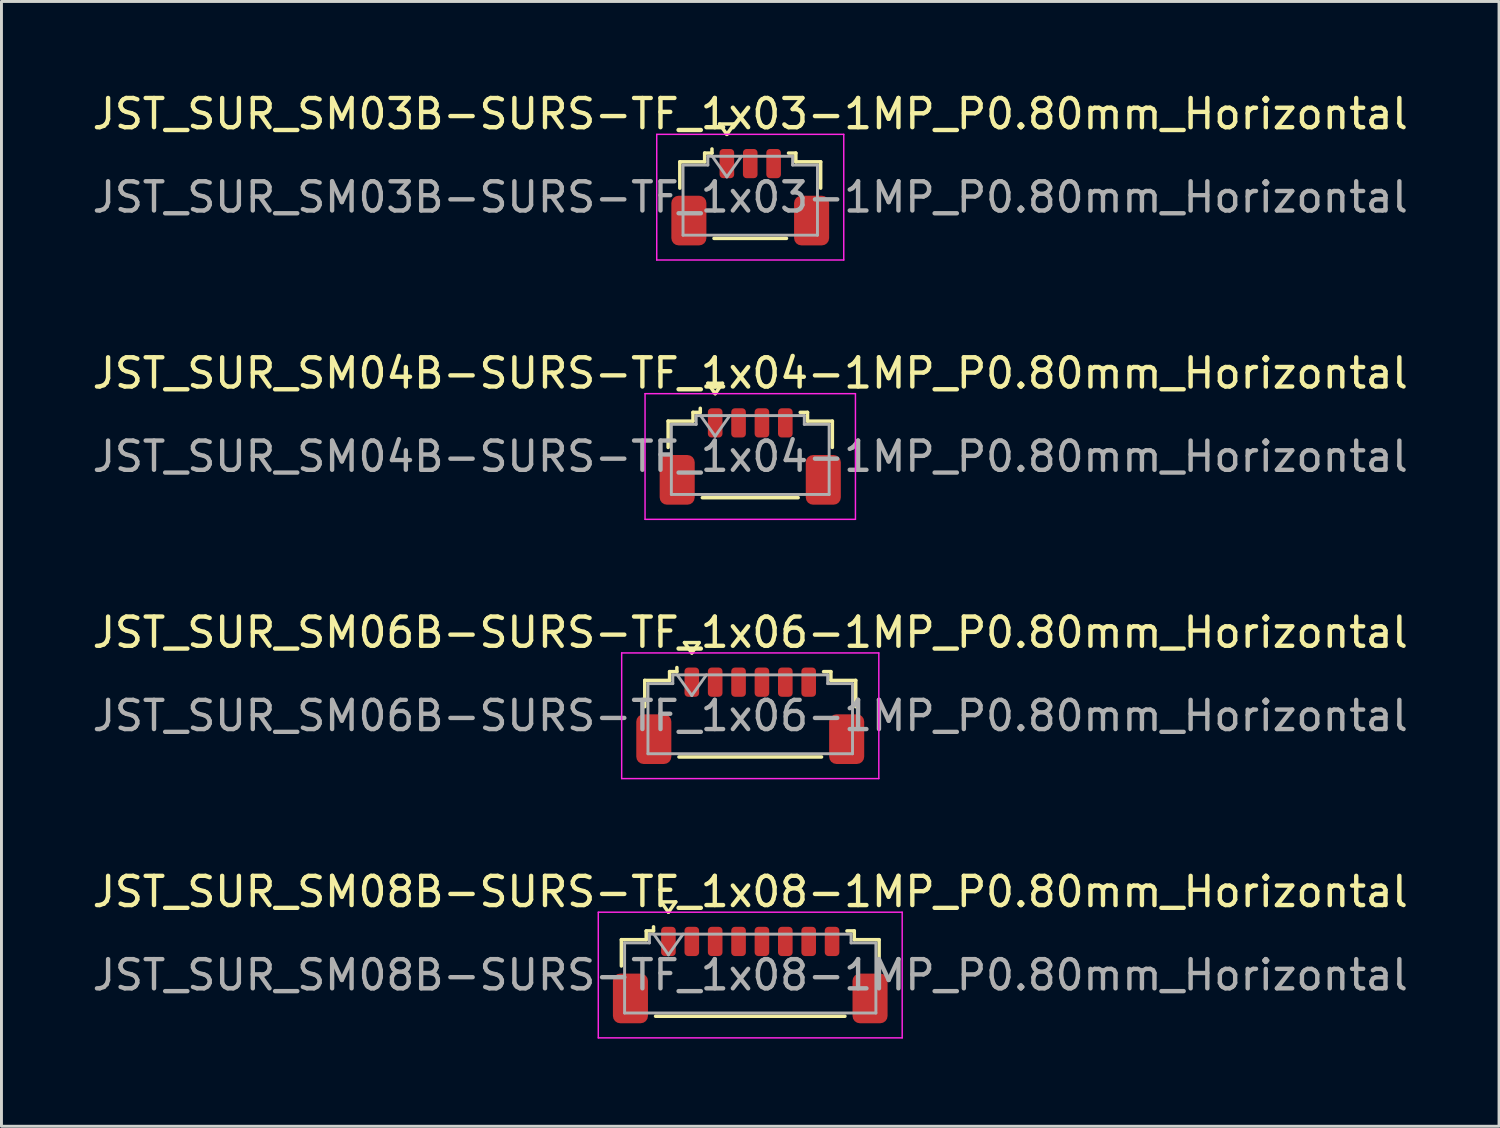
<source format=kicad_pcb>
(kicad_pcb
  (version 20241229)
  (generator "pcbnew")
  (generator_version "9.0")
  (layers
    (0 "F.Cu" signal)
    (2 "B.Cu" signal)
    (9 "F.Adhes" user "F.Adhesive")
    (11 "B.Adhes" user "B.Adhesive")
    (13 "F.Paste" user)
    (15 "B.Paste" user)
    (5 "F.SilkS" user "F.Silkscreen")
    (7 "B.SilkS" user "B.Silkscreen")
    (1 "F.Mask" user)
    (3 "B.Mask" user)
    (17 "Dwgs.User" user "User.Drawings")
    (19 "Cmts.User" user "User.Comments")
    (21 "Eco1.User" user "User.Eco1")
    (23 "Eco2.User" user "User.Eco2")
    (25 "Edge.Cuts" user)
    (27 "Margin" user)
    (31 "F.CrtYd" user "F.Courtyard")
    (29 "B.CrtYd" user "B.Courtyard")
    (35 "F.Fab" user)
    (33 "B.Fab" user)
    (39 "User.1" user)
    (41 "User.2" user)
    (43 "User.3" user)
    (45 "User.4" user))
  (footprint "JST_SUR_SM08B-SURS-TF_1x08-1MP_P0.80mm_Horizontal"
    (layer "F.Cu")
    (at 22.625 30.318)
    (property "Reference" "JST_SUR_SM08B-SURS-TF_1x08-1MP_P0.80mm_Horizontal" (at 0 -2.85 0) (layer "F.SilkS") (effects (font (size 1 1) (thickness 0.15))))
    (attr smd)
    (fp_line (start -4.41 -1.21) (end -3.56 -1.21) (stroke (width 0.12) (type solid)) (layer "F.SilkS"))
    (fp_line (start -4.41 -0.31) (end -4.41 -1.21) (stroke (width 0.12) (type solid)) (layer "F.SilkS"))
    (fp_line (start -3.56 -1.51) (end -3.31 -1.51) (stroke (width 0.12) (type solid)) (layer "F.SilkS"))
    (fp_line (start -3.56 -1.21) (end -3.56 -1.51) (stroke (width 0.12) (type solid)) (layer "F.SilkS"))
    (fp_line (start -3.31 -1.51) (end -3.31 -1.65) (stroke (width 0.12) (type solid)) (layer "F.SilkS"))
    (fp_line (start -3.24 1.41) (end 3.24 1.41) (stroke (width 0.12) (type solid)) (layer "F.SilkS"))
    (fp_line (start -3.05 -2.504) (end -2.8 -2.15) (stroke (width 0.12) (type solid)) (layer "F.SilkS"))
    (fp_line (start -2.8 -2.15) (end -2.55 -2.504) (stroke (width 0.12) (type solid)) (layer "F.SilkS"))
    (fp_line (start -2.55 -2.504) (end -3.05 -2.504) (stroke (width 0.12) (type solid)) (layer "F.SilkS"))
    (fp_line (start 3.56 -1.51) (end 3.31 -1.51) (stroke (width 0.12) (type solid)) (layer "F.SilkS"))
    (fp_line (start 3.56 -1.21) (end 3.56 -1.51) (stroke (width 0.12) (type solid)) (layer "F.SilkS"))
    (fp_line (start 4.41 -1.21) (end 3.56 -1.21) (stroke (width 0.12) (type solid)) (layer "F.SilkS"))
    (fp_line (start 4.41 -0.31) (end 4.41 -1.21) (stroke (width 0.12) (type solid)) (layer "F.SilkS"))
    (fp_line (start -5.2 -2.15) (end -5.2 2.15) (stroke (width 0.05) (type solid)) (layer "F.CrtYd"))
    (fp_line (start -5.2 2.15) (end 5.2 2.15) (stroke (width 0.05) (type solid)) (layer "F.CrtYd"))
    (fp_line (start 5.2 -2.15) (end -5.2 -2.15) (stroke (width 0.05) (type solid)) (layer "F.CrtYd"))
    (fp_line (start 5.2 2.15) (end 5.2 -2.15) (stroke (width 0.05) (type solid)) (layer "F.CrtYd"))
    (fp_line (start -4.3 -1.1) (end -4.3 1.3) (stroke (width 0.1) (type solid)) (layer "F.Fab"))
    (fp_line (start -4.3 -1.1) (end -3.45 -1.1) (stroke (width 0.1) (type solid)) (layer "F.Fab"))
    (fp_line (start -4.3 1.3) (end 4.3 1.3) (stroke (width 0.1) (type solid)) (layer "F.Fab"))
    (fp_line (start -3.45 -1.4) (end 3.45 -1.4) (stroke (width 0.1) (type solid)) (layer "F.Fab"))
    (fp_line (start -3.45 -1.1) (end -3.45 -1.4) (stroke (width 0.1) (type solid)) (layer "F.Fab"))
    (fp_line (start -3.3 -1.4) (end -2.8 -0.693) (stroke (width 0.1) (type solid)) (layer "F.Fab"))
    (fp_line (start -2.8 -0.693) (end -2.3 -1.4) (stroke (width 0.1) (type solid)) (layer "F.Fab"))
    (fp_line (start 3.45 -1.4) (end 3.45 -1.1) (stroke (width 0.1) (type solid)) (layer "F.Fab"))
    (fp_line (start 3.45 -1.1) (end 4.3 -1.1) (stroke (width 0.1) (type solid)) (layer "F.Fab"))
    (fp_line (start 4.3 -1.1) (end 4.3 1.3) (stroke (width 0.1) (type solid)) (layer "F.Fab"))
    (fp_text user "${REFERENCE}" (at 0 0 0) (layer "F.Fab") (effects (font (size 1 1) (thickness 0.15))))
    (pad "1" smd roundrect (at -2.8 -1.15) (size 0.5 1) (layers "F.Cu" "F.Mask" "F.Paste") (roundrect_rratio 0.25))
    (pad "2" smd roundrect (at -2 -1.15) (size 0.5 1) (layers "F.Cu" "F.Mask" "F.Paste") (roundrect_rratio 0.25))
    (pad "3" smd roundrect (at -1.2 -1.15) (size 0.5 1) (layers "F.Cu" "F.Mask" "F.Paste") (roundrect_rratio 0.25))
    (pad "4" smd roundrect (at -0.4 -1.15) (size 0.5 1) (layers "F.Cu" "F.Mask" "F.Paste") (roundrect_rratio 0.25))
    (pad "5" smd roundrect (at 0.4 -1.15) (size 0.5 1) (layers "F.Cu" "F.Mask" "F.Paste") (roundrect_rratio 0.25))
    (pad "6" smd roundrect (at 1.2 -1.15) (size 0.5 1) (layers "F.Cu" "F.Mask" "F.Paste") (roundrect_rratio 0.25))
    (pad "7" smd roundrect (at 2 -1.15) (size 0.5 1) (layers "F.Cu" "F.Mask" "F.Paste") (roundrect_rratio 0.25))
    (pad "8" smd roundrect (at 2.8 -1.15) (size 0.5 1) (layers "F.Cu" "F.Mask" "F.Paste") (roundrect_rratio 0.25))
    (pad "MP" smd roundrect (at -4.1 0.8) (size 1.2 1.7) (layers "F.Cu" "F.Mask" "F.Paste") (roundrect_rratio 0.208))
    (pad "MP" smd roundrect (at 4.1 0.8) (size 1.2 1.7) (layers "F.Cu" "F.Mask" "F.Paste") (roundrect_rratio 0.208)))
  (footprint "JST_SUR_SM03B-SURS-TF_1x03-1MP_P0.80mm_Horizontal"
    (layer "F.Cu")
    (at 22.625 3.698)
    (property "Reference" "JST_SUR_SM03B-SURS-TF_1x03-1MP_P0.80mm_Horizontal" (at 0 -2.85 0) (layer "F.SilkS") (effects (font (size 1 1) (thickness 0.15))))
    (attr smd)
    (fp_line (start -2.41 -1.21) (end -1.56 -1.21) (stroke (width 0.12) (type solid)) (layer "F.SilkS"))
    (fp_line (start -2.41 -0.31) (end -2.41 -1.21) (stroke (width 0.12) (type solid)) (layer "F.SilkS"))
    (fp_line (start -1.56 -1.51) (end -1.31 -1.51) (stroke (width 0.12) (type solid)) (layer "F.SilkS"))
    (fp_line (start -1.56 -1.21) (end -1.56 -1.51) (stroke (width 0.12) (type solid)) (layer "F.SilkS"))
    (fp_line (start -1.31 -1.51) (end -1.31 -1.65) (stroke (width 0.12) (type solid)) (layer "F.SilkS"))
    (fp_line (start -1.24 1.41) (end 1.24 1.41) (stroke (width 0.12) (type solid)) (layer "F.SilkS"))
    (fp_line (start -1.05 -2.504) (end -0.8 -2.15) (stroke (width 0.12) (type solid)) (layer "F.SilkS"))
    (fp_line (start -0.8 -2.15) (end -0.55 -2.504) (stroke (width 0.12) (type solid)) (layer "F.SilkS"))
    (fp_line (start -0.55 -2.504) (end -1.05 -2.504) (stroke (width 0.12) (type solid)) (layer "F.SilkS"))
    (fp_line (start 1.56 -1.51) (end 1.31 -1.51) (stroke (width 0.12) (type solid)) (layer "F.SilkS"))
    (fp_line (start 1.56 -1.21) (end 1.56 -1.51) (stroke (width 0.12) (type solid)) (layer "F.SilkS"))
    (fp_line (start 2.41 -1.21) (end 1.56 -1.21) (stroke (width 0.12) (type solid)) (layer "F.SilkS"))
    (fp_line (start 2.41 -0.31) (end 2.41 -1.21) (stroke (width 0.12) (type solid)) (layer "F.SilkS"))
    (fp_line (start -3.2 -2.15) (end -3.2 2.15) (stroke (width 0.05) (type solid)) (layer "F.CrtYd"))
    (fp_line (start -3.2 2.15) (end 3.2 2.15) (stroke (width 0.05) (type solid)) (layer "F.CrtYd"))
    (fp_line (start 3.2 -2.15) (end -3.2 -2.15) (stroke (width 0.05) (type solid)) (layer "F.CrtYd"))
    (fp_line (start 3.2 2.15) (end 3.2 -2.15) (stroke (width 0.05) (type solid)) (layer "F.CrtYd"))
    (fp_line (start -2.3 -1.1) (end -2.3 1.3) (stroke (width 0.1) (type solid)) (layer "F.Fab"))
    (fp_line (start -2.3 -1.1) (end -1.45 -1.1) (stroke (width 0.1) (type solid)) (layer "F.Fab"))
    (fp_line (start -2.3 1.3) (end 2.3 1.3) (stroke (width 0.1) (type solid)) (layer "F.Fab"))
    (fp_line (start -1.45 -1.4) (end 1.45 -1.4) (stroke (width 0.1) (type solid)) (layer "F.Fab"))
    (fp_line (start -1.45 -1.1) (end -1.45 -1.4) (stroke (width 0.1) (type solid)) (layer "F.Fab"))
    (fp_line (start -1.3 -1.4) (end -0.8 -0.693) (stroke (width 0.1) (type solid)) (layer "F.Fab"))
    (fp_line (start -0.8 -0.693) (end -0.3 -1.4) (stroke (width 0.1) (type solid)) (layer "F.Fab"))
    (fp_line (start 1.45 -1.4) (end 1.45 -1.1) (stroke (width 0.1) (type solid)) (layer "F.Fab"))
    (fp_line (start 1.45 -1.1) (end 2.3 -1.1) (stroke (width 0.1) (type solid)) (layer "F.Fab"))
    (fp_line (start 2.3 -1.1) (end 2.3 1.3) (stroke (width 0.1) (type solid)) (layer "F.Fab"))
    (fp_text user "${REFERENCE}" (at 0 0 0) (layer "F.Fab") (effects (font (size 1 1) (thickness 0.15))))
    (pad "1" smd roundrect (at -0.8 -1.15) (size 0.5 1) (layers "F.Cu" "F.Mask" "F.Paste") (roundrect_rratio 0.25))
    (pad "2" smd roundrect (at 0 -1.15) (size 0.5 1) (layers "F.Cu" "F.Mask" "F.Paste") (roundrect_rratio 0.25))
    (pad "3" smd roundrect (at 0.8 -1.15) (size 0.5 1) (layers "F.Cu" "F.Mask" "F.Paste") (roundrect_rratio 0.25))
    (pad "MP" smd roundrect (at -2.1 0.8) (size 1.2 1.7) (layers "F.Cu" "F.Mask" "F.Paste") (roundrect_rratio 0.208))
    (pad "MP" smd roundrect (at 2.1 0.8) (size 1.2 1.7) (layers "F.Cu" "F.Mask" "F.Paste") (roundrect_rratio 0.208)))
  (footprint "JST_SUR_SM04B-SURS-TF_1x04-1MP_P0.80mm_Horizontal"
    (layer "F.Cu")
    (at 22.625 12.572)
    (property "Reference" "JST_SUR_SM04B-SURS-TF_1x04-1MP_P0.80mm_Horizontal" (at 0 -2.85 0) (layer "F.SilkS") (effects (font (size 1 1) (thickness 0.15))))
    (attr smd)
    (fp_line (start -2.81 -1.21) (end -1.96 -1.21) (stroke (width 0.12) (type solid)) (layer "F.SilkS"))
    (fp_line (start -2.81 -0.31) (end -2.81 -1.21) (stroke (width 0.12) (type solid)) (layer "F.SilkS"))
    (fp_line (start -1.96 -1.51) (end -1.71 -1.51) (stroke (width 0.12) (type solid)) (layer "F.SilkS"))
    (fp_line (start -1.96 -1.21) (end -1.96 -1.51) (stroke (width 0.12) (type solid)) (layer "F.SilkS"))
    (fp_line (start -1.71 -1.51) (end -1.71 -1.65) (stroke (width 0.12) (type solid)) (layer "F.SilkS"))
    (fp_line (start -1.64 1.41) (end 1.64 1.41) (stroke (width 0.12) (type solid)) (layer "F.SilkS"))
    (fp_line (start -1.45 -2.504) (end -1.2 -2.15) (stroke (width 0.12) (type solid)) (layer "F.SilkS"))
    (fp_line (start -1.2 -2.15) (end -0.95 -2.504) (stroke (width 0.12) (type solid)) (layer "F.SilkS"))
    (fp_line (start -0.95 -2.504) (end -1.45 -2.504) (stroke (width 0.12) (type solid)) (layer "F.SilkS"))
    (fp_line (start 1.96 -1.51) (end 1.71 -1.51) (stroke (width 0.12) (type solid)) (layer "F.SilkS"))
    (fp_line (start 1.96 -1.21) (end 1.96 -1.51) (stroke (width 0.12) (type solid)) (layer "F.SilkS"))
    (fp_line (start 2.81 -1.21) (end 1.96 -1.21) (stroke (width 0.12) (type solid)) (layer "F.SilkS"))
    (fp_line (start 2.81 -0.31) (end 2.81 -1.21) (stroke (width 0.12) (type solid)) (layer "F.SilkS"))
    (fp_line (start -3.6 -2.15) (end -3.6 2.15) (stroke (width 0.05) (type solid)) (layer "F.CrtYd"))
    (fp_line (start -3.6 2.15) (end 3.6 2.15) (stroke (width 0.05) (type solid)) (layer "F.CrtYd"))
    (fp_line (start 3.6 -2.15) (end -3.6 -2.15) (stroke (width 0.05) (type solid)) (layer "F.CrtYd"))
    (fp_line (start 3.6 2.15) (end 3.6 -2.15) (stroke (width 0.05) (type solid)) (layer "F.CrtYd"))
    (fp_line (start -2.7 -1.1) (end -2.7 1.3) (stroke (width 0.1) (type solid)) (layer "F.Fab"))
    (fp_line (start -2.7 -1.1) (end -1.85 -1.1) (stroke (width 0.1) (type solid)) (layer "F.Fab"))
    (fp_line (start -2.7 1.3) (end 2.7 1.3) (stroke (width 0.1) (type solid)) (layer "F.Fab"))
    (fp_line (start -1.85 -1.4) (end 1.85 -1.4) (stroke (width 0.1) (type solid)) (layer "F.Fab"))
    (fp_line (start -1.85 -1.1) (end -1.85 -1.4) (stroke (width 0.1) (type solid)) (layer "F.Fab"))
    (fp_line (start -1.7 -1.4) (end -1.2 -0.693) (stroke (width 0.1) (type solid)) (layer "F.Fab"))
    (fp_line (start -1.2 -0.693) (end -0.7 -1.4) (stroke (width 0.1) (type solid)) (layer "F.Fab"))
    (fp_line (start 1.85 -1.4) (end 1.85 -1.1) (stroke (width 0.1) (type solid)) (layer "F.Fab"))
    (fp_line (start 1.85 -1.1) (end 2.7 -1.1) (stroke (width 0.1) (type solid)) (layer "F.Fab"))
    (fp_line (start 2.7 -1.1) (end 2.7 1.3) (stroke (width 0.1) (type solid)) (layer "F.Fab"))
    (fp_text user "${REFERENCE}" (at 0 0 0) (layer "F.Fab") (effects (font (size 1 1) (thickness 0.15))))
    (pad "1" smd roundrect (at -1.2 -1.15) (size 0.5 1) (layers "F.Cu" "F.Mask" "F.Paste") (roundrect_rratio 0.25))
    (pad "2" smd roundrect (at -0.4 -1.15) (size 0.5 1) (layers "F.Cu" "F.Mask" "F.Paste") (roundrect_rratio 0.25))
    (pad "3" smd roundrect (at 0.4 -1.15) (size 0.5 1) (layers "F.Cu" "F.Mask" "F.Paste") (roundrect_rratio 0.25))
    (pad "4" smd roundrect (at 1.2 -1.15) (size 0.5 1) (layers "F.Cu" "F.Mask" "F.Paste") (roundrect_rratio 0.25))
    (pad "MP" smd roundrect (at -2.5 0.8) (size 1.2 1.7) (layers "F.Cu" "F.Mask" "F.Paste") (roundrect_rratio 0.208))
    (pad "MP" smd roundrect (at 2.5 0.8) (size 1.2 1.7) (layers "F.Cu" "F.Mask" "F.Paste") (roundrect_rratio 0.208)))
  (footprint "JST_SUR_SM06B-SURS-TF_1x06-1MP_P0.80mm_Horizontal"
    (layer "F.Cu")
    (at 22.625 21.445)
    (property "Reference" "JST_SUR_SM06B-SURS-TF_1x06-1MP_P0.80mm_Horizontal" (at 0 -2.85 0) (layer "F.SilkS") (effects (font (size 1 1) (thickness 0.15))))
    (attr smd)
    (fp_line (start -3.61 -1.21) (end -2.76 -1.21) (stroke (width 0.12) (type solid)) (layer "F.SilkS"))
    (fp_line (start -3.61 -0.31) (end -3.61 -1.21) (stroke (width 0.12) (type solid)) (layer "F.SilkS"))
    (fp_line (start -2.76 -1.51) (end -2.51 -1.51) (stroke (width 0.12) (type solid)) (layer "F.SilkS"))
    (fp_line (start -2.76 -1.21) (end -2.76 -1.51) (stroke (width 0.12) (type solid)) (layer "F.SilkS"))
    (fp_line (start -2.51 -1.51) (end -2.51 -1.65) (stroke (width 0.12) (type solid)) (layer "F.SilkS"))
    (fp_line (start -2.44 1.41) (end 2.44 1.41) (stroke (width 0.12) (type solid)) (layer "F.SilkS"))
    (fp_line (start -2.25 -2.504) (end -2 -2.15) (stroke (width 0.12) (type solid)) (layer "F.SilkS"))
    (fp_line (start -2 -2.15) (end -1.75 -2.504) (stroke (width 0.12) (type solid)) (layer "F.SilkS"))
    (fp_line (start -1.75 -2.504) (end -2.25 -2.504) (stroke (width 0.12) (type solid)) (layer "F.SilkS"))
    (fp_line (start 2.76 -1.51) (end 2.51 -1.51) (stroke (width 0.12) (type solid)) (layer "F.SilkS"))
    (fp_line (start 2.76 -1.21) (end 2.76 -1.51) (stroke (width 0.12) (type solid)) (layer "F.SilkS"))
    (fp_line (start 3.61 -1.21) (end 2.76 -1.21) (stroke (width 0.12) (type solid)) (layer "F.SilkS"))
    (fp_line (start 3.61 -0.31) (end 3.61 -1.21) (stroke (width 0.12) (type solid)) (layer "F.SilkS"))
    (fp_line (start -4.4 -2.15) (end -4.4 2.15) (stroke (width 0.05) (type solid)) (layer "F.CrtYd"))
    (fp_line (start -4.4 2.15) (end 4.4 2.15) (stroke (width 0.05) (type solid)) (layer "F.CrtYd"))
    (fp_line (start 4.4 -2.15) (end -4.4 -2.15) (stroke (width 0.05) (type solid)) (layer "F.CrtYd"))
    (fp_line (start 4.4 2.15) (end 4.4 -2.15) (stroke (width 0.05) (type solid)) (layer "F.CrtYd"))
    (fp_line (start -3.5 -1.1) (end -3.5 1.3) (stroke (width 0.1) (type solid)) (layer "F.Fab"))
    (fp_line (start -3.5 -1.1) (end -2.65 -1.1) (stroke (width 0.1) (type solid)) (layer "F.Fab"))
    (fp_line (start -3.5 1.3) (end 3.5 1.3) (stroke (width 0.1) (type solid)) (layer "F.Fab"))
    (fp_line (start -2.65 -1.4) (end 2.65 -1.4) (stroke (width 0.1) (type solid)) (layer "F.Fab"))
    (fp_line (start -2.65 -1.1) (end -2.65 -1.4) (stroke (width 0.1) (type solid)) (layer "F.Fab"))
    (fp_line (start -2.5 -1.4) (end -2 -0.693) (stroke (width 0.1) (type solid)) (layer "F.Fab"))
    (fp_line (start -2 -0.693) (end -1.5 -1.4) (stroke (width 0.1) (type solid)) (layer "F.Fab"))
    (fp_line (start 2.65 -1.4) (end 2.65 -1.1) (stroke (width 0.1) (type solid)) (layer "F.Fab"))
    (fp_line (start 2.65 -1.1) (end 3.5 -1.1) (stroke (width 0.1) (type solid)) (layer "F.Fab"))
    (fp_line (start 3.5 -1.1) (end 3.5 1.3) (stroke (width 0.1) (type solid)) (layer "F.Fab"))
    (fp_text user "${REFERENCE}" (at 0 0 0) (layer "F.Fab") (effects (font (size 1 1) (thickness 0.15))))
    (pad "1" smd roundrect (at -2 -1.15) (size 0.5 1) (layers "F.Cu" "F.Mask" "F.Paste") (roundrect_rratio 0.25))
    (pad "2" smd roundrect (at -1.2 -1.15) (size 0.5 1) (layers "F.Cu" "F.Mask" "F.Paste") (roundrect_rratio 0.25))
    (pad "3" smd roundrect (at -0.4 -1.15) (size 0.5 1) (layers "F.Cu" "F.Mask" "F.Paste") (roundrect_rratio 0.25))
    (pad "4" smd roundrect (at 0.4 -1.15) (size 0.5 1) (layers "F.Cu" "F.Mask" "F.Paste") (roundrect_rratio 0.25))
    (pad "5" smd roundrect (at 1.2 -1.15) (size 0.5 1) (layers "F.Cu" "F.Mask" "F.Paste") (roundrect_rratio 0.25))
    (pad "6" smd roundrect (at 2 -1.15) (size 0.5 1) (layers "F.Cu" "F.Mask" "F.Paste") (roundrect_rratio 0.25))
    (pad "MP" smd roundrect (at -3.3 0.8) (size 1.2 1.7) (layers "F.Cu" "F.Mask" "F.Paste") (roundrect_rratio 0.208))
    (pad "MP" smd roundrect (at 3.3 0.8) (size 1.2 1.7) (layers "F.Cu" "F.Mask" "F.Paste") (roundrect_rratio 0.208)))
  (gr_rect
    (start -3 -3)
    (end 48.25 35.493)
    (stroke (width 0.1) (type default))
    (fill no)
    (layer "Edge.Cuts")))
</source>
